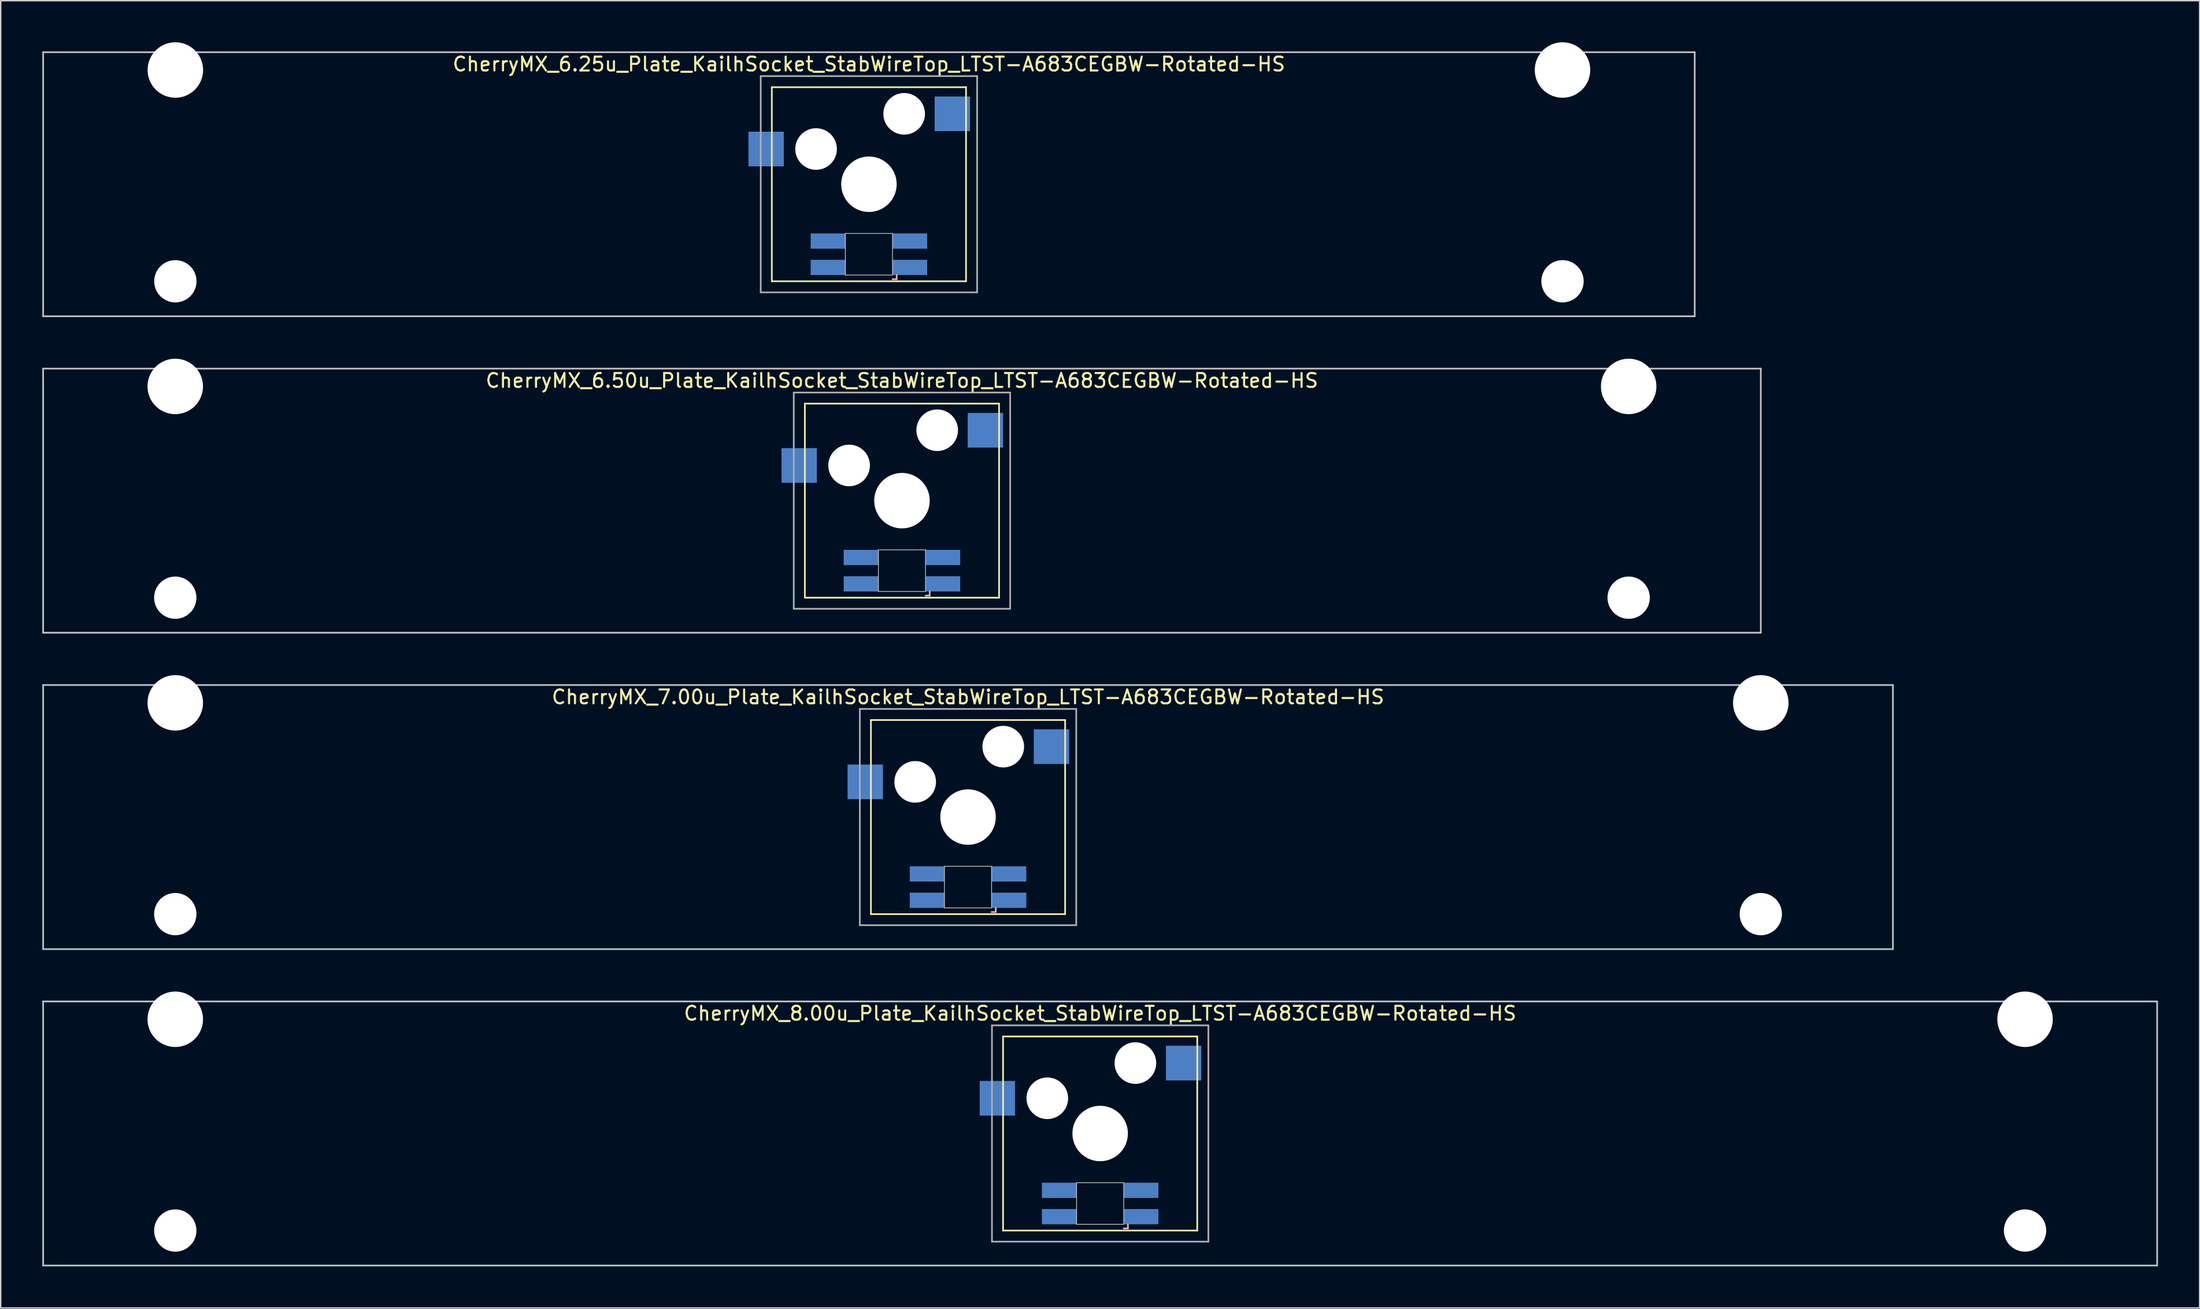
<source format=kicad_pcb>
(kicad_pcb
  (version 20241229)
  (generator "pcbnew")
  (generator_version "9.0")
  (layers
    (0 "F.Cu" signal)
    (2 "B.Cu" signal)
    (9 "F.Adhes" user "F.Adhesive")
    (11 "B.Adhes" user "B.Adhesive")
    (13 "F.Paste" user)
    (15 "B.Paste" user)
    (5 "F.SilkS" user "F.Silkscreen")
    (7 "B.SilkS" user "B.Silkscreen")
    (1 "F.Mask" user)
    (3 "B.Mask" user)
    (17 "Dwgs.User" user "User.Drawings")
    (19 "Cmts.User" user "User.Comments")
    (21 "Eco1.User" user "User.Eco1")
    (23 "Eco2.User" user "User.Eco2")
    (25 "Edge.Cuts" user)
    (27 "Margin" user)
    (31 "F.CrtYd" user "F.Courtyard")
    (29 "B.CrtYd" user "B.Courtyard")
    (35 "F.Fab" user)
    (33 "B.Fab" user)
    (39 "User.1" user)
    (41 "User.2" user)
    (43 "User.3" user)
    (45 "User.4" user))
  (footprint "CherryMX_6.25u_Plate_KailhSocket_StabWireTop_LTST-A683CEGBW-Rotated-HS"
    (layer "F.Cu")
    (at 59.591 10.24)
    (property "Reference" "CherryMX_6.25u_Plate_KailhSocket_StabWireTop_LTST-A683CEGBW-Rotated-HS" (at 0 -8.662 0) (layer "F.SilkS") (effects (font (size 1 1) (thickness 0.15))))
    (attr through_hole)
    (fp_line (start -7 -7) (end -7 7) (stroke (width 0.12) (type solid)) (layer "F.SilkS"))
    (fp_line (start -7 -7) (end 7 -7) (stroke (width 0.12) (type solid)) (layer "F.SilkS"))
    (fp_line (start 7 -7) (end 7 7) (stroke (width 0.12) (type solid)) (layer "F.SilkS"))
    (fp_line (start 7 7) (end -7 7) (stroke (width 0.12) (type solid)) (layer "F.SilkS"))
    (fp_line (start 1.7 6.85) (end 2 6.85) (stroke (width 0.12) (type solid)) (layer "B.SilkS"))
    (fp_line (start 2 6.85) (end 2 6.55) (stroke (width 0.12) (type solid)) (layer "B.SilkS"))
    (fp_line (start -59.531 -9.525) (end 59.531 -9.525) (stroke (width 0.12) (type solid)) (layer "Dwgs.User"))
    (fp_line (start -59.531 9.525) (end -59.531 -9.525) (stroke (width 0.12) (type solid)) (layer "Dwgs.User"))
    (fp_line (start 59.531 -9.525) (end 59.531 9.525) (stroke (width 0.12) (type solid)) (layer "Dwgs.User"))
    (fp_line (start 59.531 9.525) (end -59.531 9.525) (stroke (width 0.12) (type solid)) (layer "Dwgs.User"))
    (fp_line (start -1.7 3.55) (end 1.7 3.55) (stroke (width 0.05) (type solid)) (layer "Edge.Cuts"))
    (fp_line (start -1.7 6.55) (end -1.7 3.55) (stroke (width 0.05) (type solid)) (layer "Edge.Cuts"))
    (fp_line (start 1.7 3.55) (end 1.7 6.55) (stroke (width 0.05) (type solid)) (layer "Edge.Cuts"))
    (fp_line (start 1.7 6.55) (end -1.7 6.55) (stroke (width 0.05) (type solid)) (layer "Edge.Cuts"))
    (fp_line (start -7.8 -7.8) (end -7.8 7.8) (stroke (width 0.12) (type solid)) (layer "F.Fab"))
    (fp_line (start -7.8 -7.8) (end 7.8 -7.8) (stroke (width 0.12) (type solid)) (layer "F.Fab"))
    (fp_line (start -7.8 7.8) (end 7.8 7.8) (stroke (width 0.12) (type solid)) (layer "F.Fab"))
    (fp_line (start 7.8 -7.8) (end 7.8 7.8) (stroke (width 0.12) (type solid)) (layer "F.Fab"))
    (pad "" np_thru_hole circle (at -50 -8.24) (size 4 4) (drill 4) (layers "*.Cu" "*.Mask"))
    (pad "" np_thru_hole circle (at -50 7) (size 3.05 3.05) (drill 3.05) (layers "*.Cu" "*.Mask"))
    (pad "" np_thru_hole circle (at -3.81 -2.54) (size 3 3) (drill 3) (layers "*.Cu" "*.Mask"))
    (pad "" np_thru_hole circle (at 0 0) (size 4 4) (drill 4) (layers "*.Cu" "*.Mask"))
    (pad "" np_thru_hole circle (at 2.54 -5.08) (size 3 3) (drill 3) (layers "*.Cu" "*.Mask"))
    (pad "" np_thru_hole circle (at 50 -8.24) (size 4 4) (drill 4) (layers "*.Cu" "*.Mask"))
    (pad "" np_thru_hole circle (at 50 7) (size 3.05 3.05) (drill 3.05) (layers "*.Cu" "*.Mask"))
    (pad "1" smd rect (at -7.41 -2.54) (size 2.55 2.5) (layers "B.Cu" "B.Mask" "B.Paste"))
    (pad "2" smd rect (at 6.015 -5.08) (size 2.55 2.5) (layers "B.Cu" "B.Mask" "B.Paste"))
    (pad "3" smd rect (at 2.95 6) (size 2.5 1.1) (layers "B.Cu" "B.Mask" "B.Paste"))
    (pad "4" smd rect (at 2.95 4.1) (size 2.5 1.1) (layers "B.Cu" "B.Mask" "B.Paste"))
    (pad "5" smd rect (at -2.95 6) (size 2.5 1.1) (layers "B.Cu" "B.Mask" "B.Paste"))
    (pad "6" smd rect (at -2.95 4.1) (size 2.5 1.1) (layers "B.Cu" "B.Mask" "B.Paste")))
  (footprint "CherryMX_6.50u_Plate_KailhSocket_StabWireTop_LTST-A683CEGBW-Rotated-HS"
    (layer "F.Cu")
    (at 61.972 33.065)
    (property "Reference" "CherryMX_6.50u_Plate_KailhSocket_StabWireTop_LTST-A683CEGBW-Rotated-HS" (at 0 -8.662 0) (layer "F.SilkS") (effects (font (size 1 1) (thickness 0.15))))
    (attr through_hole)
    (fp_line (start -7 -7) (end -7 7) (stroke (width 0.12) (type solid)) (layer "F.SilkS"))
    (fp_line (start -7 -7) (end 7 -7) (stroke (width 0.12) (type solid)) (layer "F.SilkS"))
    (fp_line (start 7 -7) (end 7 7) (stroke (width 0.12) (type solid)) (layer "F.SilkS"))
    (fp_line (start 7 7) (end -7 7) (stroke (width 0.12) (type solid)) (layer "F.SilkS"))
    (fp_line (start 1.7 6.85) (end 2 6.85) (stroke (width 0.12) (type solid)) (layer "B.SilkS"))
    (fp_line (start 2 6.85) (end 2 6.55) (stroke (width 0.12) (type solid)) (layer "B.SilkS"))
    (fp_line (start -61.913 -9.525) (end 61.913 -9.525) (stroke (width 0.12) (type solid)) (layer "Dwgs.User"))
    (fp_line (start -61.913 9.525) (end -61.913 -9.525) (stroke (width 0.12) (type solid)) (layer "Dwgs.User"))
    (fp_line (start 61.913 -9.525) (end 61.913 9.525) (stroke (width 0.12) (type solid)) (layer "Dwgs.User"))
    (fp_line (start 61.913 9.525) (end -61.913 9.525) (stroke (width 0.12) (type solid)) (layer "Dwgs.User"))
    (fp_line (start -1.7 3.55) (end 1.7 3.55) (stroke (width 0.05) (type solid)) (layer "Edge.Cuts"))
    (fp_line (start -1.7 6.55) (end -1.7 3.55) (stroke (width 0.05) (type solid)) (layer "Edge.Cuts"))
    (fp_line (start 1.7 3.55) (end 1.7 6.55) (stroke (width 0.05) (type solid)) (layer "Edge.Cuts"))
    (fp_line (start 1.7 6.55) (end -1.7 6.55) (stroke (width 0.05) (type solid)) (layer "Edge.Cuts"))
    (fp_line (start -7.8 -7.8) (end -7.8 7.8) (stroke (width 0.12) (type solid)) (layer "F.Fab"))
    (fp_line (start -7.8 -7.8) (end 7.8 -7.8) (stroke (width 0.12) (type solid)) (layer "F.Fab"))
    (fp_line (start -7.8 7.8) (end 7.8 7.8) (stroke (width 0.12) (type solid)) (layer "F.Fab"))
    (fp_line (start 7.8 -7.8) (end 7.8 7.8) (stroke (width 0.12) (type solid)) (layer "F.Fab"))
    (pad "" np_thru_hole circle (at -52.388 -8.24) (size 4 4) (drill 4) (layers "*.Cu" "*.Mask"))
    (pad "" np_thru_hole circle (at -52.388 7) (size 3.05 3.05) (drill 3.05) (layers "*.Cu" "*.Mask"))
    (pad "" np_thru_hole circle (at -3.81 -2.54) (size 3 3) (drill 3) (layers "*.Cu" "*.Mask"))
    (pad "" np_thru_hole circle (at 0 0) (size 4 4) (drill 4) (layers "*.Cu" "*.Mask"))
    (pad "" np_thru_hole circle (at 2.54 -5.08) (size 3 3) (drill 3) (layers "*.Cu" "*.Mask"))
    (pad "" np_thru_hole circle (at 52.388 -8.24) (size 4 4) (drill 4) (layers "*.Cu" "*.Mask"))
    (pad "" np_thru_hole circle (at 52.388 7) (size 3.05 3.05) (drill 3.05) (layers "*.Cu" "*.Mask"))
    (pad "1" smd rect (at -7.41 -2.54) (size 2.55 2.5) (layers "B.Cu" "B.Mask" "B.Paste"))
    (pad "2" smd rect (at 6.015 -5.08) (size 2.55 2.5) (layers "B.Cu" "B.Mask" "B.Paste"))
    (pad "3" smd rect (at 2.95 6) (size 2.5 1.1) (layers "B.Cu" "B.Mask" "B.Paste"))
    (pad "4" smd rect (at 2.95 4.1) (size 2.5 1.1) (layers "B.Cu" "B.Mask" "B.Paste"))
    (pad "5" smd rect (at -2.95 6) (size 2.5 1.1) (layers "B.Cu" "B.Mask" "B.Paste"))
    (pad "6" smd rect (at -2.95 4.1) (size 2.5 1.1) (layers "B.Cu" "B.Mask" "B.Paste")))
  (footprint "CherryMX_7.00u_Plate_KailhSocket_StabWireTop_LTST-A683CEGBW-Rotated-HS"
    (layer "F.Cu")
    (at 66.735 55.89)
    (property "Reference" "CherryMX_7.00u_Plate_KailhSocket_StabWireTop_LTST-A683CEGBW-Rotated-HS" (at 0 -8.662 0) (layer "F.SilkS") (effects (font (size 1 1) (thickness 0.15))))
    (attr through_hole)
    (fp_line (start -7 -7) (end -7 7) (stroke (width 0.12) (type solid)) (layer "F.SilkS"))
    (fp_line (start -7 -7) (end 7 -7) (stroke (width 0.12) (type solid)) (layer "F.SilkS"))
    (fp_line (start 7 -7) (end 7 7) (stroke (width 0.12) (type solid)) (layer "F.SilkS"))
    (fp_line (start 7 7) (end -7 7) (stroke (width 0.12) (type solid)) (layer "F.SilkS"))
    (fp_line (start 1.7 6.85) (end 2 6.85) (stroke (width 0.12) (type solid)) (layer "B.SilkS"))
    (fp_line (start 2 6.85) (end 2 6.55) (stroke (width 0.12) (type solid)) (layer "B.SilkS"))
    (fp_line (start -66.675 -9.525) (end 66.675 -9.525) (stroke (width 0.12) (type solid)) (layer "Dwgs.User"))
    (fp_line (start -66.675 9.525) (end -66.675 -9.525) (stroke (width 0.12) (type solid)) (layer "Dwgs.User"))
    (fp_line (start 66.675 -9.525) (end 66.675 9.525) (stroke (width 0.12) (type solid)) (layer "Dwgs.User"))
    (fp_line (start 66.675 9.525) (end -66.675 9.525) (stroke (width 0.12) (type solid)) (layer "Dwgs.User"))
    (fp_line (start -1.7 3.55) (end 1.7 3.55) (stroke (width 0.05) (type solid)) (layer "Edge.Cuts"))
    (fp_line (start -1.7 6.55) (end -1.7 3.55) (stroke (width 0.05) (type solid)) (layer "Edge.Cuts"))
    (fp_line (start 1.7 3.55) (end 1.7 6.55) (stroke (width 0.05) (type solid)) (layer "Edge.Cuts"))
    (fp_line (start 1.7 6.55) (end -1.7 6.55) (stroke (width 0.05) (type solid)) (layer "Edge.Cuts"))
    (fp_line (start -7.8 -7.8) (end -7.8 7.8) (stroke (width 0.12) (type solid)) (layer "F.Fab"))
    (fp_line (start -7.8 -7.8) (end 7.8 -7.8) (stroke (width 0.12) (type solid)) (layer "F.Fab"))
    (fp_line (start -7.8 7.8) (end 7.8 7.8) (stroke (width 0.12) (type solid)) (layer "F.Fab"))
    (fp_line (start 7.8 -7.8) (end 7.8 7.8) (stroke (width 0.12) (type solid)) (layer "F.Fab"))
    (pad "" np_thru_hole circle (at -57.15 -8.24) (size 4 4) (drill 4) (layers "*.Cu" "*.Mask"))
    (pad "" np_thru_hole circle (at -57.15 7) (size 3.05 3.05) (drill 3.05) (layers "*.Cu" "*.Mask"))
    (pad "" np_thru_hole circle (at -3.81 -2.54) (size 3 3) (drill 3) (layers "*.Cu" "*.Mask"))
    (pad "" np_thru_hole circle (at 0 0) (size 4 4) (drill 4) (layers "*.Cu" "*.Mask"))
    (pad "" np_thru_hole circle (at 2.54 -5.08) (size 3 3) (drill 3) (layers "*.Cu" "*.Mask"))
    (pad "" np_thru_hole circle (at 57.15 -8.24) (size 4 4) (drill 4) (layers "*.Cu" "*.Mask"))
    (pad "" np_thru_hole circle (at 57.15 7) (size 3.05 3.05) (drill 3.05) (layers "*.Cu" "*.Mask"))
    (pad "1" smd rect (at -7.41 -2.54) (size 2.55 2.5) (layers "B.Cu" "B.Mask" "B.Paste"))
    (pad "2" smd rect (at 6.015 -5.08) (size 2.55 2.5) (layers "B.Cu" "B.Mask" "B.Paste"))
    (pad "3" smd rect (at 2.95 6) (size 2.5 1.1) (layers "B.Cu" "B.Mask" "B.Paste"))
    (pad "4" smd rect (at 2.95 4.1) (size 2.5 1.1) (layers "B.Cu" "B.Mask" "B.Paste"))
    (pad "5" smd rect (at -2.95 6) (size 2.5 1.1) (layers "B.Cu" "B.Mask" "B.Paste"))
    (pad "6" smd rect (at -2.95 4.1) (size 2.5 1.1) (layers "B.Cu" "B.Mask" "B.Paste")))
  (footprint "CherryMX_8.00u_Plate_KailhSocket_StabWireTop_LTST-A683CEGBW-Rotated-HS"
    (layer "F.Cu")
    (at 76.26 78.715)
    (property "Reference" "CherryMX_8.00u_Plate_KailhSocket_StabWireTop_LTST-A683CEGBW-Rotated-HS" (at 0 -8.662 0) (layer "F.SilkS") (effects (font (size 1 1) (thickness 0.15))))
    (attr through_hole)
    (fp_line (start -7 -7) (end -7 7) (stroke (width 0.12) (type solid)) (layer "F.SilkS"))
    (fp_line (start -7 -7) (end 7 -7) (stroke (width 0.12) (type solid)) (layer "F.SilkS"))
    (fp_line (start 7 -7) (end 7 7) (stroke (width 0.12) (type solid)) (layer "F.SilkS"))
    (fp_line (start 7 7) (end -7 7) (stroke (width 0.12) (type solid)) (layer "F.SilkS"))
    (fp_line (start 1.7 6.85) (end 2 6.85) (stroke (width 0.12) (type solid)) (layer "B.SilkS"))
    (fp_line (start 2 6.85) (end 2 6.55) (stroke (width 0.12) (type solid)) (layer "B.SilkS"))
    (fp_line (start -76.2 -9.525) (end 76.2 -9.525) (stroke (width 0.12) (type solid)) (layer "Dwgs.User"))
    (fp_line (start -76.2 9.525) (end -76.2 -9.525) (stroke (width 0.12) (type solid)) (layer "Dwgs.User"))
    (fp_line (start 76.2 -9.525) (end 76.2 9.525) (stroke (width 0.12) (type solid)) (layer "Dwgs.User"))
    (fp_line (start 76.2 9.525) (end -76.2 9.525) (stroke (width 0.12) (type solid)) (layer "Dwgs.User"))
    (fp_line (start -1.7 3.55) (end 1.7 3.55) (stroke (width 0.05) (type solid)) (layer "Edge.Cuts"))
    (fp_line (start -1.7 6.55) (end -1.7 3.55) (stroke (width 0.05) (type solid)) (layer "Edge.Cuts"))
    (fp_line (start 1.7 3.55) (end 1.7 6.55) (stroke (width 0.05) (type solid)) (layer "Edge.Cuts"))
    (fp_line (start 1.7 6.55) (end -1.7 6.55) (stroke (width 0.05) (type solid)) (layer "Edge.Cuts"))
    (fp_line (start -7.8 -7.8) (end -7.8 7.8) (stroke (width 0.12) (type solid)) (layer "F.Fab"))
    (fp_line (start -7.8 -7.8) (end 7.8 -7.8) (stroke (width 0.12) (type solid)) (layer "F.Fab"))
    (fp_line (start -7.8 7.8) (end 7.8 7.8) (stroke (width 0.12) (type solid)) (layer "F.Fab"))
    (fp_line (start 7.8 -7.8) (end 7.8 7.8) (stroke (width 0.12) (type solid)) (layer "F.Fab"))
    (pad "" np_thru_hole circle (at -66.675 -8.24) (size 4 4) (drill 4) (layers "*.Cu" "*.Mask"))
    (pad "" np_thru_hole circle (at -66.675 7) (size 3.05 3.05) (drill 3.05) (layers "*.Cu" "*.Mask"))
    (pad "" np_thru_hole circle (at -3.81 -2.54) (size 3 3) (drill 3) (layers "*.Cu" "*.Mask"))
    (pad "" np_thru_hole circle (at 0 0) (size 4 4) (drill 4) (layers "*.Cu" "*.Mask"))
    (pad "" np_thru_hole circle (at 2.54 -5.08) (size 3 3) (drill 3) (layers "*.Cu" "*.Mask"))
    (pad "" np_thru_hole circle (at 66.675 -8.24) (size 4 4) (drill 4) (layers "*.Cu" "*.Mask"))
    (pad "" np_thru_hole circle (at 66.675 7) (size 3.05 3.05) (drill 3.05) (layers "*.Cu" "*.Mask"))
    (pad "1" smd rect (at -7.41 -2.54) (size 2.55 2.5) (layers "B.Cu" "B.Mask" "B.Paste"))
    (pad "2" smd rect (at 6.015 -5.08) (size 2.55 2.5) (layers "B.Cu" "B.Mask" "B.Paste"))
    (pad "3" smd rect (at 2.95 6) (size 2.5 1.1) (layers "B.Cu" "B.Mask" "B.Paste"))
    (pad "4" smd rect (at 2.95 4.1) (size 2.5 1.1) (layers "B.Cu" "B.Mask" "B.Paste"))
    (pad "5" smd rect (at -2.95 6) (size 2.5 1.1) (layers "B.Cu" "B.Mask" "B.Paste"))
    (pad "6" smd rect (at -2.95 4.1) (size 2.5 1.1) (layers "B.Cu" "B.Mask" "B.Paste")))
  (gr_rect
    (start -3 -3)
    (end 155.52 91.3)
    (stroke (width 0.1) (type default))
    (fill no)
    (layer "Edge.Cuts")))
</source>
